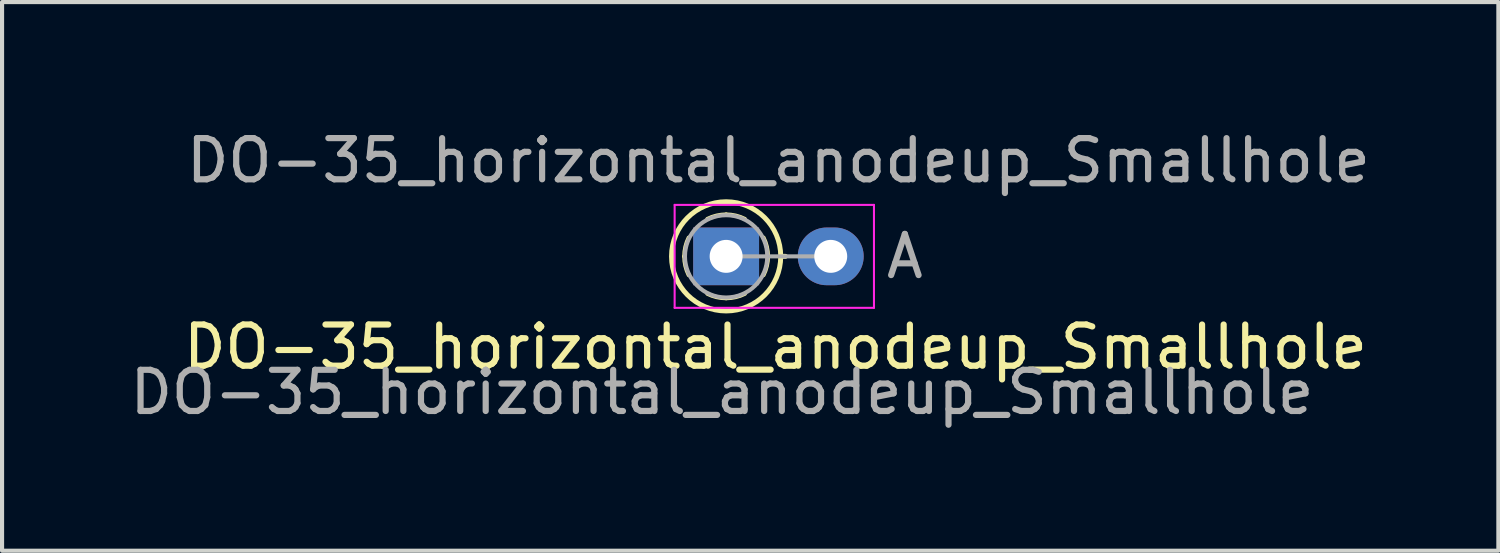
<source format=kicad_pcb>
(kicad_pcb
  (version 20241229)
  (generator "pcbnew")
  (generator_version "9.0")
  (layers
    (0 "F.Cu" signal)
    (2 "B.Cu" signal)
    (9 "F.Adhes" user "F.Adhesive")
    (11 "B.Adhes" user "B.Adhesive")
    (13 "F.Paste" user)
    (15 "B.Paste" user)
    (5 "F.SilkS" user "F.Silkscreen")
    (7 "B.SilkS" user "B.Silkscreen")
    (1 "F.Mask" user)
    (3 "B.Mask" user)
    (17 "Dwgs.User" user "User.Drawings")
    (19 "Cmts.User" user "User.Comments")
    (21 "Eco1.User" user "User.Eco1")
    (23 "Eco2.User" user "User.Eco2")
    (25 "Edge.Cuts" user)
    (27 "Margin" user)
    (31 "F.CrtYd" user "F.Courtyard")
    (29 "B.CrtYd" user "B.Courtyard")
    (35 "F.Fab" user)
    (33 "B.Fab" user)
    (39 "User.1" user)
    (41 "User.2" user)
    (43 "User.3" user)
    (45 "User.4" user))
  (footprint "DO-35_horizontal_anodeup_Smallhole"
    (layer "F.Cu")
    (at 14.582 3.175)
    (property "Reference" "DO-35_horizontal_anodeup_Smallhole" (at 1.2 2.2 0) (unlocked yes) (layer "F.SilkS") (effects (font (size 1 1) (thickness 0.15))))
    (attr through_hole)
    (fp_line (start 1.326 0) (end 1.44 0) (stroke (width 0.12) (type solid)) (layer "F.SilkS"))
    (fp_arc (start -1.016 0) (mid -0.988821 -0.233429) (end -0.908738 -0.454369) (stroke (width 0.1) (type default)) (layer "F.SilkS"))
    (fp_arc (start -0.908738 0.454369) (mid -0.988821 0.233429) (end -1.016 0) (stroke (width 0.1) (type default)) (layer "F.SilkS"))
    (fp_arc (start -0.454369 -0.908738) (mid -0.233429 -0.988821) (end 0 -1.016) (stroke (width 0.1) (type default)) (layer "F.SilkS"))
    (fp_arc (start 0 -1.016) (mid 0.233429 -0.988821) (end 0.454369 -0.908738) (stroke (width 0.1) (type default)) (layer "F.SilkS"))
    (fp_arc (start 0 1.016) (mid -0.233429 0.988821) (end -0.454369 0.908738) (stroke (width 0.1) (type default)) (layer "F.SilkS"))
    (fp_arc (start 0.454369 0.908738) (mid 0.233429 0.988821) (end 0 1.016) (stroke (width 0.1) (type default)) (layer "F.SilkS"))
    (fp_arc (start 0.908738 -0.454369) (mid 0.988821 -0.233429) (end 1.016 0) (stroke (width 0.1) (type default)) (layer "F.SilkS"))
    (fp_arc (start 1.016 0) (mid 0.988821 0.233429) (end 0.908738 0.454369) (stroke (width 0.1) (type default)) (layer "F.SilkS"))
    (fp_circle (center 0 0) (end 1.326 0) (stroke (width 0.12) (type solid)) (fill no) (layer "F.SilkS"))
    (fp_line (start -1.25 -1.25) (end -1.25 1.25) (stroke (width 0.05) (type solid)) (layer "F.CrtYd"))
    (fp_line (start -1.25 1.25) (end 3.59 1.25) (stroke (width 0.05) (type solid)) (layer "F.CrtYd"))
    (fp_line (start 3.59 -1.25) (end -1.25 -1.25) (stroke (width 0.05) (type solid)) (layer "F.CrtYd"))
    (fp_line (start 3.59 1.25) (end 3.59 -1.25) (stroke (width 0.05) (type solid)) (layer "F.CrtYd"))
    (fp_line (start 0 0) (end 2.54 0) (stroke (width 0.1) (type solid)) (layer "F.Fab"))
    (fp_circle (center 0 0) (end 1 0) (stroke (width 0.1) (type solid)) (fill no) (layer "F.Fab"))
    (fp_text user "${REFERENCE}" (at 1.27 -2.326 0) (layer "F.Fab") (effects (font (size 1 1) (thickness 0.15))))
    (fp_text user "${REFERENCE}" (at -0.1 3.3 0) (unlocked yes) (layer "F.Fab") (effects (font (size 1 1) (thickness 0.15))))
    (fp_text user "A" (at 4.34 0 0) (layer "F.Fab") (effects (font (size 1 1) (thickness 0.15))))
    (pad "1" thru_hole rect (at 0 0) (size 1.6 1.4) (drill 0.8) (layers "*.Cu" "*.Mask"))
    (pad "2" thru_hole oval (at 2.54 0) (size 1.6 1.4) (drill 0.8) (layers "*.Cu" "*.Mask")))
  (gr_rect
    (start -3 -3)
    (end 33.334 10.323)
    (stroke (width 0.1) (type default))
    (fill no)
    (layer "Edge.Cuts")))
</source>
